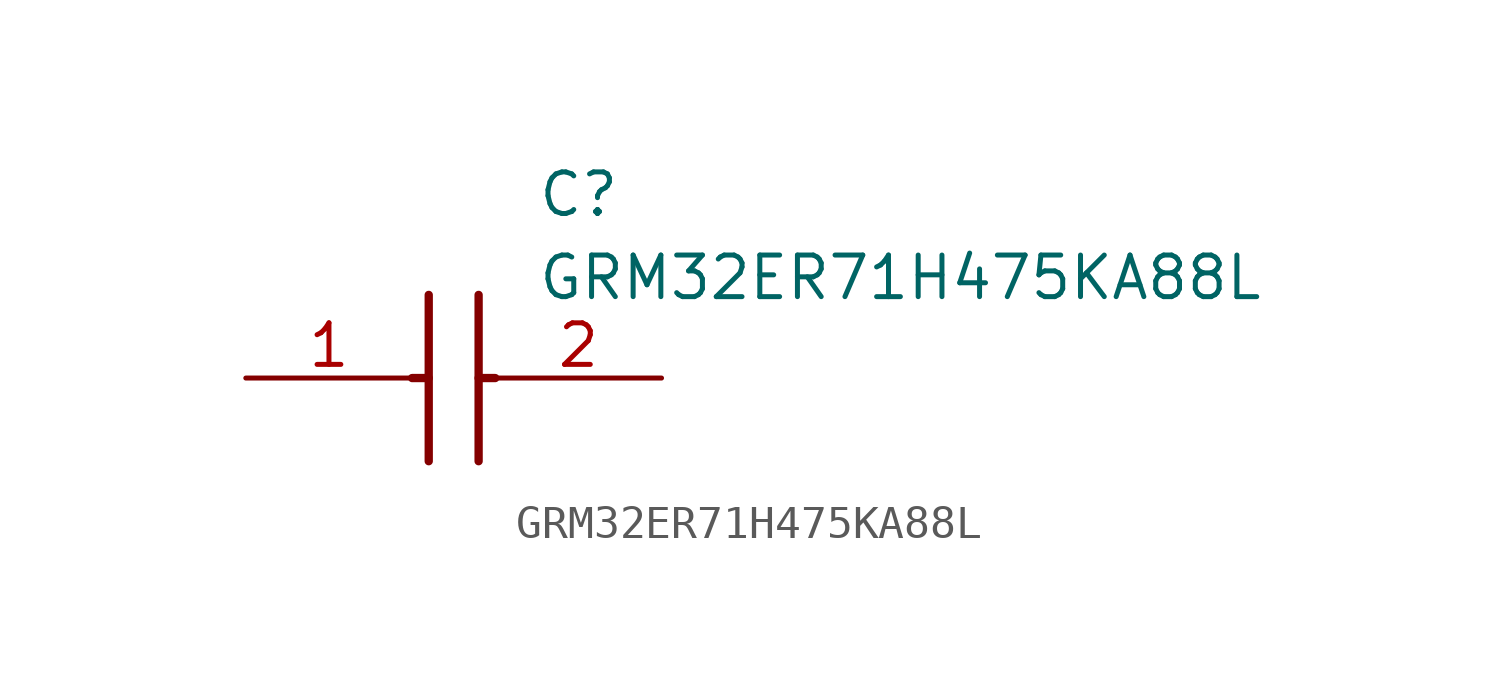
<source format=kicad_sym>
(kicad_symbol_lib
  (version 20211014)
  (generator SamacSys_ECAD_Model)
  (symbol "GRM32ER71H475KA88L"
    (pin_names hide)
    (property "Reference" "C"
      (at 8.89 6.35 0)
      (effects (font (size 1.27 1.27)) (justify left top)))
    (property "Value" "GRM32ER71H475KA88L"
      (at 8.89 3.81 0)
      (effects (font (size 1.27 1.27)) (justify left top)))
    (polyline
      (pts (xy 5.588 2.54) (xy 5.588 -2.54))
      (stroke (width 0.254) (type default))
      (fill (type none)))
    (polyline
      (pts (xy 7.112 2.54) (xy 7.112 -2.54))
      (stroke (width 0.254) (type default))
      (fill (type none)))
    (polyline
      (pts (xy 5.08 0) (xy 5.588 0))
      (stroke (width 0.254) (type default))
      (fill (type none)))
    (polyline
      (pts (xy 7.112 0) (xy 7.62 0))
      (stroke (width 0.254) (type default))
      (fill (type none)))
    (pin passive line
      (at 0 0 0)
      (length 5.08)
      (name "1" (effects (font (size 1.27 1.27))))
      (number "1" (effects (font (size 1.27 1.27)))))
    (pin passive line
      (at 12.7 0 180)
      (length 5.08)
      (name "2" (effects (font (size 1.27 1.27))))
      (number "2" (effects (font (size 1.27 1.27)))))))
</source>
